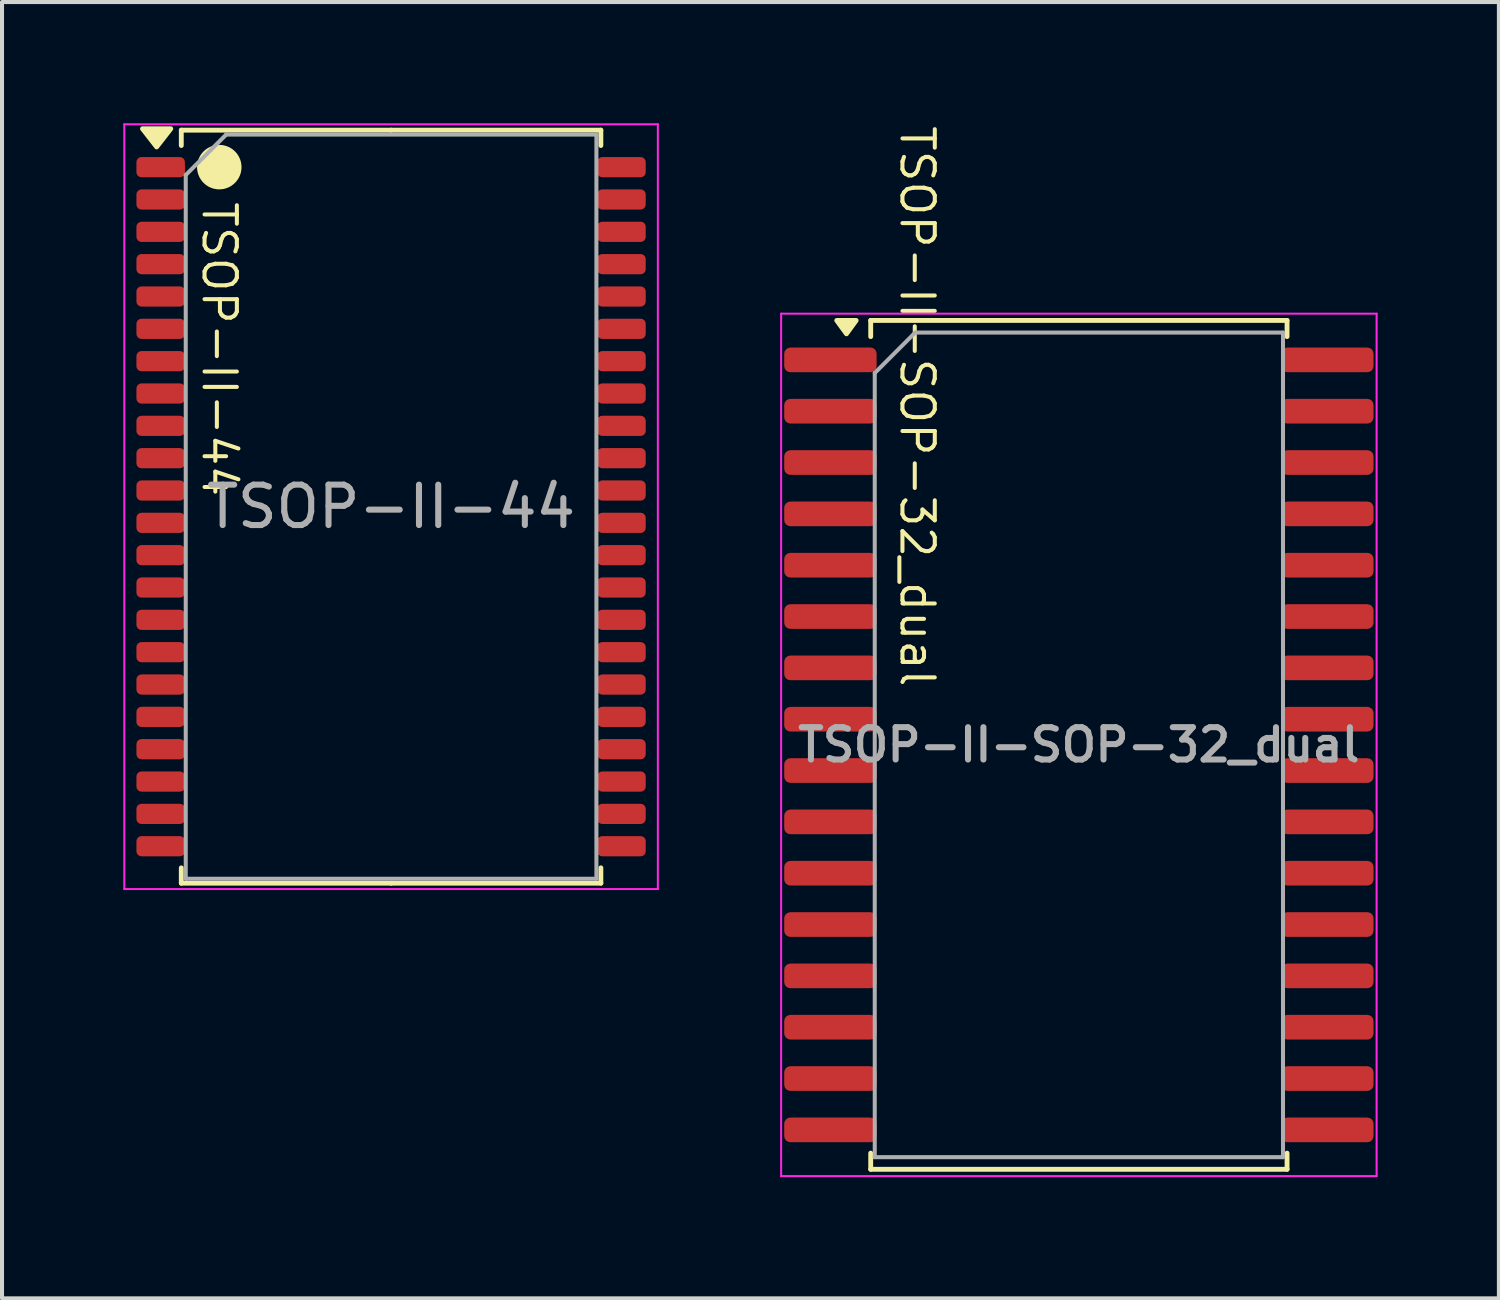
<source format=kicad_pcb>
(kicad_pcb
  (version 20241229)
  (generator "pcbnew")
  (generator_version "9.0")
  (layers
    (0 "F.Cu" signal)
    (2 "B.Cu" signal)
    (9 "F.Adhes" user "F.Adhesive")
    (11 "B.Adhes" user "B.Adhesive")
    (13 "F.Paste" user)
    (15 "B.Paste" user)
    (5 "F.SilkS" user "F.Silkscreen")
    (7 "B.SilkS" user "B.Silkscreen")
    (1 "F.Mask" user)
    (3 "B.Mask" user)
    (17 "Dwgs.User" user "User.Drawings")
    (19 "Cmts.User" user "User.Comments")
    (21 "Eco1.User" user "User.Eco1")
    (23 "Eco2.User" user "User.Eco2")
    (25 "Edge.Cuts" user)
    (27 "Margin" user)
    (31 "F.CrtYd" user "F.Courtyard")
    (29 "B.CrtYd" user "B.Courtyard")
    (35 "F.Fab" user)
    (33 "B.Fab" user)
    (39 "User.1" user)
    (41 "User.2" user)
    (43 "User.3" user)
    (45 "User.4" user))
  (footprint "TSOP-II-44"
    (layer "F.Cu")
    (at 6.625 9.485)
    (property "Reference" "TSOP-II-44" (at -4.25 -7.6 270) (unlocked yes) (layer "F.SilkS") (effects (font (size 0.8 0.8) (thickness 0.1)) (justify left)))
    (attr smd)
    (fp_line (start -5.19 -9.315) (end -5.19 -8.935) (stroke (width 0.12) (type solid)) (layer "F.SilkS"))
    (fp_line (start -5.19 9.315) (end -5.19 8.935) (stroke (width 0.12) (type solid)) (layer "F.SilkS"))
    (fp_line (start 0 -9.315) (end -5.19 -9.315) (stroke (width 0.12) (type solid)) (layer "F.SilkS"))
    (fp_line (start 0 -9.315) (end 5.19 -9.315) (stroke (width 0.12) (type solid)) (layer "F.SilkS"))
    (fp_line (start 0 9.315) (end -5.19 9.315) (stroke (width 0.12) (type solid)) (layer "F.SilkS"))
    (fp_line (start 0 9.315) (end 5.19 9.315) (stroke (width 0.12) (type solid)) (layer "F.SilkS"))
    (fp_line (start 5.19 -9.315) (end 5.19 -8.935) (stroke (width 0.12) (type solid)) (layer "F.SilkS"))
    (fp_line (start 5.19 9.315) (end 5.19 8.935) (stroke (width 0.12) (type solid)) (layer "F.SilkS"))
    (fp_circle (center -4.25 -8.4) (end -3.75 -8.4) (stroke (width 0.1) (type solid)) (fill yes) (layer "F.SilkS"))
    (fp_poly (pts (xy -5.8 -8.9) (xy -5.45 -9.35) (xy -6.15 -9.35)) (stroke (width 0.12) (type solid)) (fill yes) (layer "F.SilkS"))
    (fp_line (start -6.6 -9.46) (end -6.6 9.46) (stroke (width 0.05) (type solid)) (layer "F.CrtYd"))
    (fp_line (start -6.6 9.46) (end 6.6 9.46) (stroke (width 0.05) (type solid)) (layer "F.CrtYd"))
    (fp_line (start 6.6 -9.46) (end -6.6 -9.46) (stroke (width 0.05) (type solid)) (layer "F.CrtYd"))
    (fp_line (start 6.6 9.46) (end 6.6 -9.46) (stroke (width 0.05) (type solid)) (layer "F.CrtYd"))
    (fp_line (start -5.08 -8.205) (end -4.08 -9.205) (stroke (width 0.1) (type solid)) (layer "F.Fab"))
    (fp_line (start -5.08 9.205) (end -5.08 -8.205) (stroke (width 0.1) (type solid)) (layer "F.Fab"))
    (fp_line (start -4.08 -9.205) (end 5.08 -9.205) (stroke (width 0.1) (type solid)) (layer "F.Fab"))
    (fp_line (start 5.08 -9.205) (end 5.08 9.205) (stroke (width 0.1) (type solid)) (layer "F.Fab"))
    (fp_line (start 5.08 9.205) (end -5.08 9.205) (stroke (width 0.1) (type solid)) (layer "F.Fab"))
    (fp_text user "${REFERENCE}" (at 0 0 0) (layer "F.Fab") (effects (font (size 1 1) (thickness 0.15))))
    (pad "1" smd roundrect (at -5.7 -8.4) (size 1.2 0.5) (layers "F.Cu" "F.Mask" "F.Paste") (roundrect_rratio 0.25))
    (pad "2" smd roundrect (at -5.7 -7.6) (size 1.2 0.5) (layers "F.Cu" "F.Mask" "F.Paste") (roundrect_rratio 0.25))
    (pad "3" smd roundrect (at -5.7 -6.8) (size 1.2 0.5) (layers "F.Cu" "F.Mask" "F.Paste") (roundrect_rratio 0.25))
    (pad "4" smd roundrect (at -5.7 -6) (size 1.2 0.5) (layers "F.Cu" "F.Mask" "F.Paste") (roundrect_rratio 0.25))
    (pad "5" smd roundrect (at -5.7 -5.2) (size 1.2 0.5) (layers "F.Cu" "F.Mask" "F.Paste") (roundrect_rratio 0.25))
    (pad "6" smd roundrect (at -5.7 -4.4) (size 1.2 0.5) (layers "F.Cu" "F.Mask" "F.Paste") (roundrect_rratio 0.25))
    (pad "7" smd roundrect (at -5.7 -3.6) (size 1.2 0.5) (layers "F.Cu" "F.Mask" "F.Paste") (roundrect_rratio 0.25))
    (pad "8" smd roundrect (at -5.7 -2.8) (size 1.2 0.5) (layers "F.Cu" "F.Mask" "F.Paste") (roundrect_rratio 0.25))
    (pad "9" smd roundrect (at -5.7 -2) (size 1.2 0.5) (layers "F.Cu" "F.Mask" "F.Paste") (roundrect_rratio 0.25))
    (pad "10" smd roundrect (at -5.7 -1.2) (size 1.2 0.5) (layers "F.Cu" "F.Mask" "F.Paste") (roundrect_rratio 0.25))
    (pad "11" smd roundrect (at -5.7 -0.4) (size 1.2 0.5) (layers "F.Cu" "F.Mask" "F.Paste") (roundrect_rratio 0.25))
    (pad "12" smd roundrect (at -5.7 0.4) (size 1.2 0.5) (layers "F.Cu" "F.Mask" "F.Paste") (roundrect_rratio 0.25))
    (pad "13" smd roundrect (at -5.7 1.2) (size 1.2 0.5) (layers "F.Cu" "F.Mask" "F.Paste") (roundrect_rratio 0.25))
    (pad "14" smd roundrect (at -5.7 2) (size 1.2 0.5) (layers "F.Cu" "F.Mask" "F.Paste") (roundrect_rratio 0.25))
    (pad "15" smd roundrect (at -5.7 2.8) (size 1.2 0.5) (layers "F.Cu" "F.Mask" "F.Paste") (roundrect_rratio 0.25))
    (pad "16" smd roundrect (at -5.7 3.6) (size 1.2 0.5) (layers "F.Cu" "F.Mask" "F.Paste") (roundrect_rratio 0.25))
    (pad "17" smd roundrect (at -5.7 4.4) (size 1.2 0.5) (layers "F.Cu" "F.Mask" "F.Paste") (roundrect_rratio 0.25))
    (pad "18" smd roundrect (at -5.7 5.2) (size 1.2 0.5) (layers "F.Cu" "F.Mask" "F.Paste") (roundrect_rratio 0.25))
    (pad "19" smd roundrect (at -5.7 6) (size 1.2 0.5) (layers "F.Cu" "F.Mask" "F.Paste") (roundrect_rratio 0.25))
    (pad "20" smd roundrect (at -5.7 6.8) (size 1.2 0.5) (layers "F.Cu" "F.Mask" "F.Paste") (roundrect_rratio 0.25))
    (pad "21" smd roundrect (at -5.7 7.6) (size 1.2 0.5) (layers "F.Cu" "F.Mask" "F.Paste") (roundrect_rratio 0.25))
    (pad "22" smd roundrect (at -5.7 8.4) (size 1.2 0.5) (layers "F.Cu" "F.Mask" "F.Paste") (roundrect_rratio 0.25))
    (pad "23" smd roundrect (at 5.7 8.4) (size 1.2 0.5) (layers "F.Cu" "F.Mask" "F.Paste") (roundrect_rratio 0.25))
    (pad "24" smd roundrect (at 5.7 7.6) (size 1.2 0.5) (layers "F.Cu" "F.Mask" "F.Paste") (roundrect_rratio 0.25))
    (pad "25" smd roundrect (at 5.7 6.8) (size 1.2 0.5) (layers "F.Cu" "F.Mask" "F.Paste") (roundrect_rratio 0.25))
    (pad "26" smd roundrect (at 5.7 6) (size 1.2 0.5) (layers "F.Cu" "F.Mask" "F.Paste") (roundrect_rratio 0.25))
    (pad "27" smd roundrect (at 5.7 5.2) (size 1.2 0.5) (layers "F.Cu" "F.Mask" "F.Paste") (roundrect_rratio 0.25))
    (pad "28" smd roundrect (at 5.7 4.4) (size 1.2 0.5) (layers "F.Cu" "F.Mask" "F.Paste") (roundrect_rratio 0.25))
    (pad "29" smd roundrect (at 5.7 3.6) (size 1.2 0.5) (layers "F.Cu" "F.Mask" "F.Paste") (roundrect_rratio 0.25))
    (pad "30" smd roundrect (at 5.7 2.8) (size 1.2 0.5) (layers "F.Cu" "F.Mask" "F.Paste") (roundrect_rratio 0.25))
    (pad "31" smd roundrect (at 5.7 2) (size 1.2 0.5) (layers "F.Cu" "F.Mask" "F.Paste") (roundrect_rratio 0.25))
    (pad "32" smd roundrect (at 5.7 1.2) (size 1.2 0.5) (layers "F.Cu" "F.Mask" "F.Paste") (roundrect_rratio 0.25))
    (pad "33" smd roundrect (at 5.7 0.4) (size 1.2 0.5) (layers "F.Cu" "F.Mask" "F.Paste") (roundrect_rratio 0.25))
    (pad "34" smd roundrect (at 5.7 -0.4) (size 1.2 0.5) (layers "F.Cu" "F.Mask" "F.Paste") (roundrect_rratio 0.25))
    (pad "35" smd roundrect (at 5.7 -1.2) (size 1.2 0.5) (layers "F.Cu" "F.Mask" "F.Paste") (roundrect_rratio 0.25))
    (pad "36" smd roundrect (at 5.7 -2) (size 1.2 0.5) (layers "F.Cu" "F.Mask" "F.Paste") (roundrect_rratio 0.25))
    (pad "37" smd roundrect (at 5.7 -2.8) (size 1.2 0.5) (layers "F.Cu" "F.Mask" "F.Paste") (roundrect_rratio 0.25))
    (pad "38" smd roundrect (at 5.7 -3.6) (size 1.2 0.5) (layers "F.Cu" "F.Mask" "F.Paste") (roundrect_rratio 0.25))
    (pad "39" smd roundrect (at 5.7 -4.4) (size 1.2 0.5) (layers "F.Cu" "F.Mask" "F.Paste") (roundrect_rratio 0.25))
    (pad "40" smd roundrect (at 5.7 -5.2) (size 1.2 0.5) (layers "F.Cu" "F.Mask" "F.Paste") (roundrect_rratio 0.25))
    (pad "41" smd roundrect (at 5.7 -6) (size 1.2 0.5) (layers "F.Cu" "F.Mask" "F.Paste") (roundrect_rratio 0.25))
    (pad "42" smd roundrect (at 5.7 -6.8) (size 1.2 0.5) (layers "F.Cu" "F.Mask" "F.Paste") (roundrect_rratio 0.25))
    (pad "43" smd roundrect (at 5.7 -7.6) (size 1.2 0.5) (layers "F.Cu" "F.Mask" "F.Paste") (roundrect_rratio 0.25))
    (pad "44" smd roundrect (at 5.7 -8.4) (size 1.2 0.5) (layers "F.Cu" "F.Mask" "F.Paste") (roundrect_rratio 0.25)))
  (footprint "TSOP-II-SOP-32_dual"
    (layer "F.Cu")
    (at 23.641 15.378)
    (property "Reference" "TSOP-II-SOP-32_dual" (at -4 -8.375 270) (unlocked yes) (layer "F.SilkS") (effects (font (size 0.8 0.8) (thickness 0.1))))
    (attr smd)
    (fp_line (start -5.15 -10.5) (end -5.15 -10.1) (stroke (width 0.12) (type solid)) (layer "F.SilkS"))
    (fp_line (start -5.15 -10.5) (end 5.15 -10.5) (stroke (width 0.12) (type solid)) (layer "F.SilkS"))
    (fp_line (start -5.15 10.5) (end -5.15 10.1) (stroke (width 0.12) (type solid)) (layer "F.SilkS"))
    (fp_line (start 5.15 -10.5) (end 5.15 -10.1) (stroke (width 0.12) (type solid)) (layer "F.SilkS"))
    (fp_line (start 5.15 10.5) (end -5.15 10.5) (stroke (width 0.12) (type solid)) (layer "F.SilkS"))
    (fp_line (start 5.15 10.5) (end 5.15 10.1) (stroke (width 0.12) (type solid)) (layer "F.SilkS"))
    (fp_poly (pts (xy -5.75 -10.17) (xy -5.99 -10.5) (xy -5.51 -10.5) (xy -5.75 -10.17)) (stroke (width 0.12) (type solid)) (fill yes) (layer "F.SilkS"))
    (fp_line (start -7.366 -10.668) (end -7.366 10.668) (stroke (width 0.05) (type solid)) (layer "F.CrtYd"))
    (fp_line (start -7.366 -10.668) (end 7.366 -10.668) (stroke (width 0.05) (type solid)) (layer "F.CrtYd"))
    (fp_line (start -7.366 10.668) (end 7.366 10.668) (stroke (width 0.05) (type solid)) (layer "F.CrtYd"))
    (fp_line (start 7.366 -10.668) (end 7.366 10.668) (stroke (width 0.05) (type solid)) (layer "F.CrtYd"))
    (fp_line (start -5.05 -9.2) (end -4.05 -10.2) (stroke (width 0.1) (type solid)) (layer "F.Fab"))
    (fp_line (start -5.05 10.2) (end -5.05 -9.2) (stroke (width 0.1) (type solid)) (layer "F.Fab"))
    (fp_line (start -4.05 -10.2) (end 5.05 -10.2) (stroke (width 0.1) (type solid)) (layer "F.Fab"))
    (fp_line (start 5.05 -10.2) (end 5.05 10.2) (stroke (width 0.1) (type solid)) (layer "F.Fab"))
    (fp_line (start 5.05 10.2) (end -5.05 10.2) (stroke (width 0.1) (type solid)) (layer "F.Fab"))
    (fp_text user "${REFERENCE}" (at 0 0 0) (layer "F.Fab") (effects (font (size 0.8 0.8) (thickness 0.15))))
    (pad "1" smd roundrect (at -6.147 -9.525) (size 2.286 0.61) (layers "F.Cu" "F.Mask" "F.Paste") (roundrect_rratio 0.25))
    (pad "2" smd roundrect (at -6.147 -8.255) (size 2.286 0.61) (layers "F.Cu" "F.Mask" "F.Paste") (roundrect_rratio 0.25))
    (pad "3" smd roundrect (at -6.147 -6.985) (size 2.286 0.61) (layers "F.Cu" "F.Mask" "F.Paste") (roundrect_rratio 0.25))
    (pad "4" smd roundrect (at -6.147 -5.715) (size 2.286 0.61) (layers "F.Cu" "F.Mask" "F.Paste") (roundrect_rratio 0.25))
    (pad "5" smd roundrect (at -6.147 -4.445) (size 2.286 0.61) (layers "F.Cu" "F.Mask" "F.Paste") (roundrect_rratio 0.25))
    (pad "6" smd roundrect (at -6.147 -3.175) (size 2.286 0.61) (layers "F.Cu" "F.Mask" "F.Paste") (roundrect_rratio 0.25))
    (pad "7" smd roundrect (at -6.147 -1.905) (size 2.286 0.61) (layers "F.Cu" "F.Mask" "F.Paste") (roundrect_rratio 0.25))
    (pad "8" smd roundrect (at -6.147 -0.635) (size 2.286 0.61) (layers "F.Cu" "F.Mask" "F.Paste") (roundrect_rratio 0.25))
    (pad "9" smd roundrect (at -6.147 0.635) (size 2.286 0.61) (layers "F.Cu" "F.Mask" "F.Paste") (roundrect_rratio 0.25))
    (pad "10" smd roundrect (at -6.147 1.905) (size 2.286 0.61) (layers "F.Cu" "F.Mask" "F.Paste") (roundrect_rratio 0.25))
    (pad "11" smd roundrect (at -6.147 3.175) (size 2.286 0.61) (layers "F.Cu" "F.Mask" "F.Paste") (roundrect_rratio 0.25))
    (pad "12" smd roundrect (at -6.147 4.445) (size 2.286 0.61) (layers "F.Cu" "F.Mask" "F.Paste") (roundrect_rratio 0.25))
    (pad "13" smd roundrect (at -6.147 5.715) (size 2.286 0.61) (layers "F.Cu" "F.Mask" "F.Paste") (roundrect_rratio 0.25))
    (pad "14" smd roundrect (at -6.147 6.985) (size 2.286 0.61) (layers "F.Cu" "F.Mask" "F.Paste") (roundrect_rratio 0.25))
    (pad "15" smd roundrect (at -6.147 8.255) (size 2.286 0.61) (layers "F.Cu" "F.Mask" "F.Paste") (roundrect_rratio 0.25))
    (pad "16" smd roundrect (at -6.147 9.525) (size 2.286 0.61) (layers "F.Cu" "F.Mask" "F.Paste") (roundrect_rratio 0.25))
    (pad "17" smd roundrect (at 6.147 9.525) (size 2.286 0.61) (layers "F.Cu" "F.Mask" "F.Paste") (roundrect_rratio 0.25))
    (pad "18" smd roundrect (at 6.147 8.255) (size 2.286 0.61) (layers "F.Cu" "F.Mask" "F.Paste") (roundrect_rratio 0.25))
    (pad "19" smd roundrect (at 6.147 6.985) (size 2.286 0.61) (layers "F.Cu" "F.Mask" "F.Paste") (roundrect_rratio 0.25))
    (pad "20" smd roundrect (at 6.147 5.715) (size 2.286 0.61) (layers "F.Cu" "F.Mask" "F.Paste") (roundrect_rratio 0.25))
    (pad "21" smd roundrect (at 6.147 4.445) (size 2.286 0.61) (layers "F.Cu" "F.Mask" "F.Paste") (roundrect_rratio 0.25))
    (pad "22" smd roundrect (at 6.147 3.175) (size 2.286 0.61) (layers "F.Cu" "F.Mask" "F.Paste") (roundrect_rratio 0.25))
    (pad "23" smd roundrect (at 6.147 1.905) (size 2.286 0.61) (layers "F.Cu" "F.Mask" "F.Paste") (roundrect_rratio 0.25))
    (pad "24" smd roundrect (at 6.147 0.635) (size 2.286 0.61) (layers "F.Cu" "F.Mask" "F.Paste") (roundrect_rratio 0.25))
    (pad "25" smd roundrect (at 6.147 -0.635) (size 2.286 0.61) (layers "F.Cu" "F.Mask" "F.Paste") (roundrect_rratio 0.25))
    (pad "26" smd roundrect (at 6.147 -1.905) (size 2.286 0.61) (layers "F.Cu" "F.Mask" "F.Paste") (roundrect_rratio 0.25))
    (pad "27" smd roundrect (at 6.147 -3.175) (size 2.286 0.61) (layers "F.Cu" "F.Mask" "F.Paste") (roundrect_rratio 0.25))
    (pad "28" smd roundrect (at 6.147 -4.445) (size 2.286 0.61) (layers "F.Cu" "F.Mask" "F.Paste") (roundrect_rratio 0.25))
    (pad "29" smd roundrect (at 6.147 -5.715) (size 2.286 0.61) (layers "F.Cu" "F.Mask" "F.Paste") (roundrect_rratio 0.25))
    (pad "30" smd roundrect (at 6.147 -6.985) (size 2.286 0.61) (layers "F.Cu" "F.Mask" "F.Paste") (roundrect_rratio 0.25))
    (pad "31" smd roundrect (at 6.147 -8.255) (size 2.286 0.61) (layers "F.Cu" "F.Mask" "F.Paste") (roundrect_rratio 0.25))
    (pad "32" smd roundrect (at 6.147 -9.525) (size 2.286 0.61) (layers "F.Cu" "F.Mask" "F.Paste") (roundrect_rratio 0.25)))
  (gr_rect
    (start -3 -3)
    (end 34.032 29.071)
    (stroke (width 0.1) (type default))
    (fill no)
    (layer "Edge.Cuts")))
</source>
